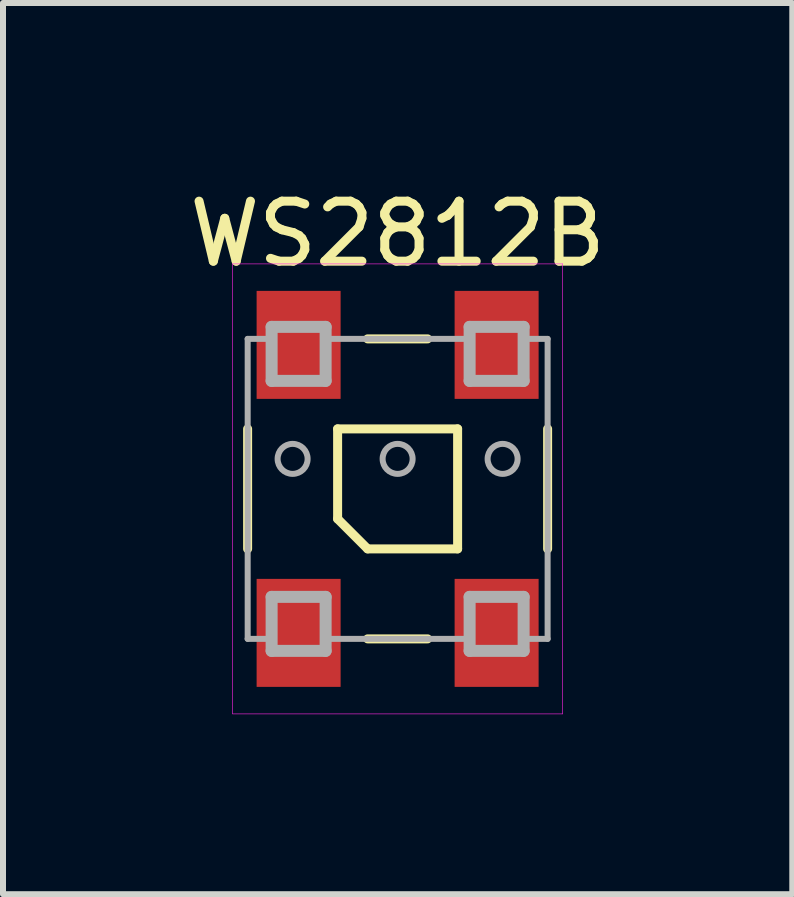
<source format=kicad_pcb>
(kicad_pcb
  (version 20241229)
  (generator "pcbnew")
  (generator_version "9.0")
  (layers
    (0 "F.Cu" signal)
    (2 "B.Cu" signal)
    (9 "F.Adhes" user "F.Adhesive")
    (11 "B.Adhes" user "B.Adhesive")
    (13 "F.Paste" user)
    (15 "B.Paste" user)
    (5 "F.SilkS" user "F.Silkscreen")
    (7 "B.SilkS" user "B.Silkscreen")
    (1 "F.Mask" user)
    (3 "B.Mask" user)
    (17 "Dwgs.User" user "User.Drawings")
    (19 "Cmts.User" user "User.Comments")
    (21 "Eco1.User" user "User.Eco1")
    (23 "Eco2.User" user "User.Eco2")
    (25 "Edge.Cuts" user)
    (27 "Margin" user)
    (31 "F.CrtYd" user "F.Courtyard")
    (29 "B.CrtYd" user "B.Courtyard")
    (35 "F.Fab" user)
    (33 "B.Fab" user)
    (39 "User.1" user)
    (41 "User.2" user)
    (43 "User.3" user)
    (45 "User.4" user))
  (footprint "WS2812B"
    (layer "F.Cu")
    (at 3.577 5.098)
    (property "Reference" "WS2812B" (at 0 -4.25 0) (layer "F.SilkS") (effects (font (size 1 1) (thickness 0.15))))
    (attr smd)
    (fp_line (start -2.5 -1) (end -2.5 1) (stroke (width 0.15) (type solid)) (layer "F.SilkS"))
    (fp_line (start -1 -1) (end 1 -1) (stroke (width 0.15) (type solid)) (layer "F.SilkS"))
    (fp_line (start -1 0.5) (end -1 -1) (stroke (width 0.15) (type solid)) (layer "F.SilkS"))
    (fp_line (start -0.5 -2.5) (end 0.5 -2.5) (stroke (width 0.15) (type solid)) (layer "F.SilkS"))
    (fp_line (start -0.5 1) (end -1 0.5) (stroke (width 0.15) (type solid)) (layer "F.SilkS"))
    (fp_line (start -0.5 2.5) (end 0.5 2.5) (stroke (width 0.15) (type solid)) (layer "F.SilkS"))
    (fp_line (start 1 -1) (end 1 1) (stroke (width 0.15) (type solid)) (layer "F.SilkS"))
    (fp_line (start 1 1) (end -0.5 1) (stroke (width 0.15) (type solid)) (layer "F.SilkS"))
    (fp_line (start 2.5 -1) (end 2.5 1) (stroke (width 0.15) (type solid)) (layer "F.SilkS"))
    (fp_line (start -2.75 -3.75) (end 2.75 -3.75) (stroke (width 0.01) (type solid)) (layer "F.CrtYd"))
    (fp_line (start -2.75 3.75) (end -2.75 -3.75) (stroke (width 0.01) (type solid)) (layer "F.CrtYd"))
    (fp_line (start 2.75 -3.75) (end 2.75 3.75) (stroke (width 0.01) (type solid)) (layer "F.CrtYd"))
    (fp_line (start 2.75 3.75) (end -2.75 3.75) (stroke (width 0.01) (type solid)) (layer "F.CrtYd"))
    (fp_line (start -2.5 -2.5) (end -2.1 -2.5) (stroke (width 0.1) (type solid)) (layer "F.Fab"))
    (fp_line (start -2.5 2.5) (end -2.1 2.5) (stroke (width 0.1) (type solid)) (layer "F.Fab"))
    (fp_line (start -2.499 2.499) (end -2.499 -2.499) (stroke (width 0.1) (type solid)) (layer "F.Fab"))
    (fp_line (start -2.1 -2.7) (end -1.2 -2.7) (stroke (width 0.2) (type solid)) (layer "F.Fab"))
    (fp_line (start -2.1 -1.8) (end -2.1 -2.7) (stroke (width 0.2) (type solid)) (layer "F.Fab"))
    (fp_line (start -2.1 1.8) (end -1.2 1.8) (stroke (width 0.2) (type solid)) (layer "F.Fab"))
    (fp_line (start -2.1 2.7) (end -2.1 1.8) (stroke (width 0.2) (type solid)) (layer "F.Fab"))
    (fp_line (start -1.2 -2.7) (end -1.2 -1.8) (stroke (width 0.2) (type solid)) (layer "F.Fab"))
    (fp_line (start -1.2 -2.5) (end 1.2 -2.5) (stroke (width 0.1) (type solid)) (layer "F.Fab"))
    (fp_line (start -1.2 -1.8) (end -2.1 -1.8) (stroke (width 0.2) (type solid)) (layer "F.Fab"))
    (fp_line (start -1.2 1.8) (end -1.2 2.7) (stroke (width 0.2) (type solid)) (layer "F.Fab"))
    (fp_line (start -1.2 2.5) (end 1.2 2.5) (stroke (width 0.1) (type solid)) (layer "F.Fab"))
    (fp_line (start -1.2 2.7) (end -2.1 2.7) (stroke (width 0.2) (type solid)) (layer "F.Fab"))
    (fp_line (start 1.2 -2.7) (end 1.2 -1.8) (stroke (width 0.2) (type solid)) (layer "F.Fab"))
    (fp_line (start 1.2 -1.8) (end 2.1 -1.8) (stroke (width 0.2) (type solid)) (layer "F.Fab"))
    (fp_line (start 1.2 1.8) (end 2.1 1.8) (stroke (width 0.2) (type solid)) (layer "F.Fab"))
    (fp_line (start 1.2 2.7) (end 1.2 1.8) (stroke (width 0.2) (type solid)) (layer "F.Fab"))
    (fp_line (start 2.1 -2.7) (end 1.2 -2.7) (stroke (width 0.2) (type solid)) (layer "F.Fab"))
    (fp_line (start 2.1 -2.5) (end 2.5 -2.5) (stroke (width 0.1) (type solid)) (layer "F.Fab"))
    (fp_line (start 2.1 -1.8) (end 2.1 -2.7) (stroke (width 0.2) (type solid)) (layer "F.Fab"))
    (fp_line (start 2.1 1.8) (end 2.1 2.7) (stroke (width 0.2) (type solid)) (layer "F.Fab"))
    (fp_line (start 2.1 2.5) (end 2.5 2.5) (stroke (width 0.1) (type solid)) (layer "F.Fab"))
    (fp_line (start 2.1 2.7) (end 1.2 2.7) (stroke (width 0.2) (type solid)) (layer "F.Fab"))
    (fp_line (start 2.5 -2.5) (end 2.5 2.5) (stroke (width 0.1) (type solid)) (layer "F.Fab"))
    (fp_circle (center -1.75 -0.5) (end -1.75 -0.75) (stroke (width 0.1) (type solid)) (fill no) (layer "F.Fab"))
    (fp_circle (center 0 -0.5) (end 0 -0.75) (stroke (width 0.1) (type solid)) (fill no) (layer "F.Fab"))
    (fp_circle (center 1.75 -0.5) (end 1.75 -0.75) (stroke (width 0.1) (type solid)) (fill no) (layer "F.Fab"))
    (pad "1" smd rect (at 1.65 -2.4) (size 1.4 1.8) (layers "F.Cu" "F.Mask" "F.Paste"))
    (pad "2" smd rect (at -1.65 -2.4) (size 1.4 1.8) (layers "F.Cu" "F.Mask" "F.Paste"))
    (pad "3" smd rect (at -1.65 2.4) (size 1.4 1.8) (layers "F.Cu" "F.Mask" "F.Paste"))
    (pad "4" smd rect (at 1.65 2.4) (size 1.4 1.8) (layers "F.Cu" "F.Mask" "F.Paste")))
  (gr_rect
    (start -3 -3)
    (end 10.155 11.853)
    (stroke (width 0.1) (type default))
    (fill no)
    (layer "Edge.Cuts")))
</source>
